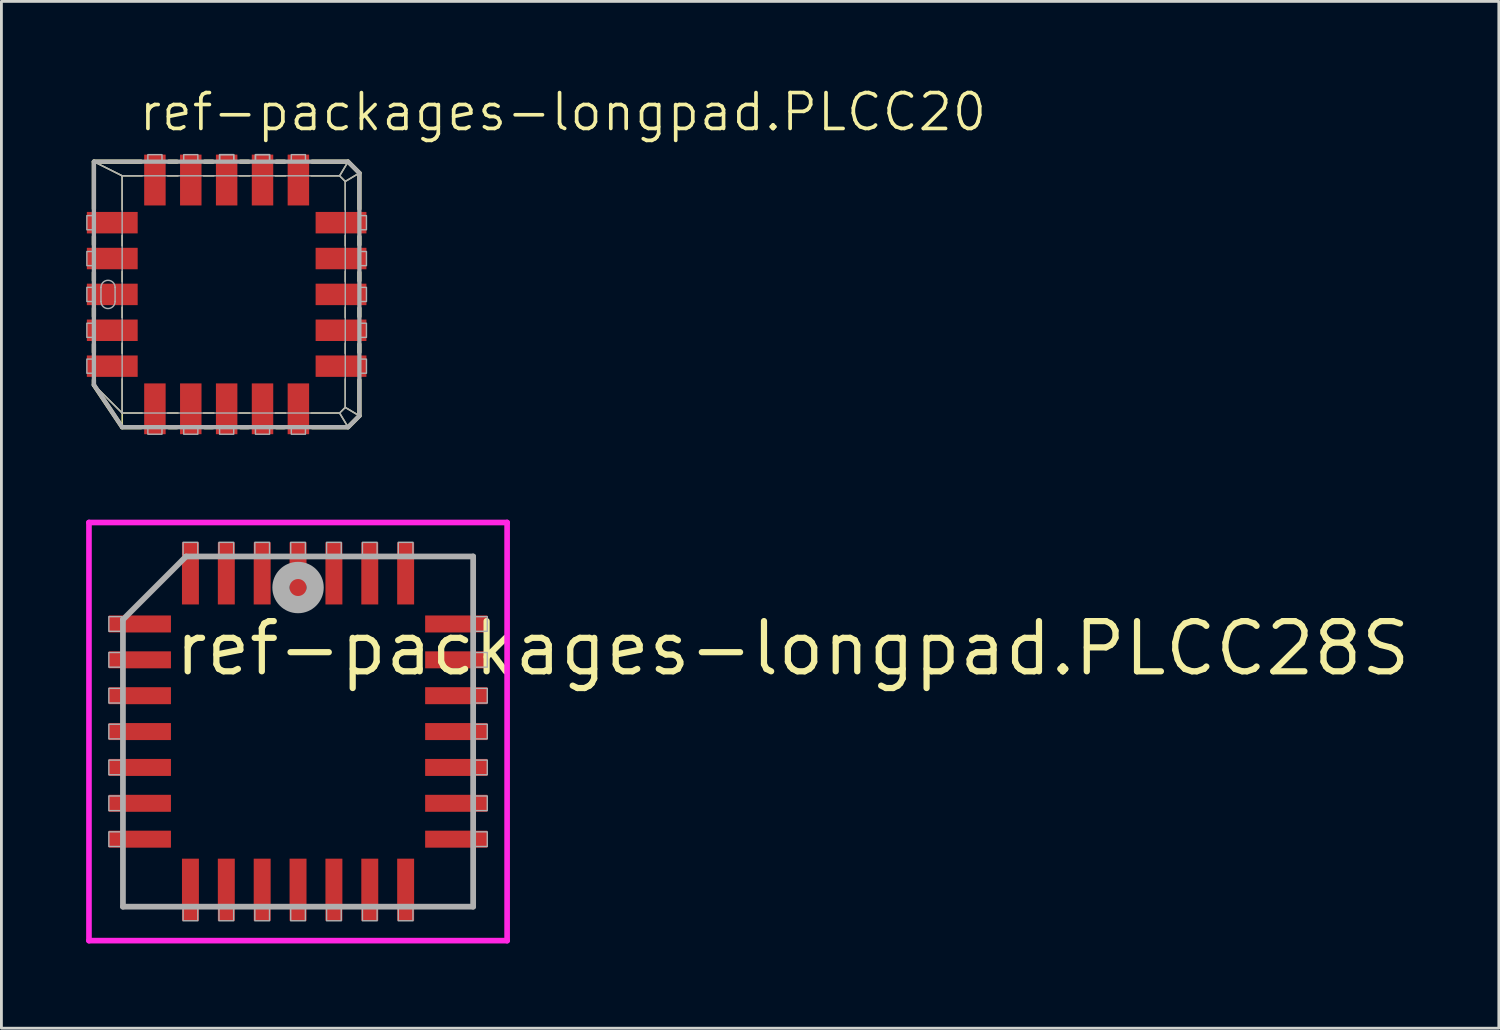
<source format=kicad_pcb>
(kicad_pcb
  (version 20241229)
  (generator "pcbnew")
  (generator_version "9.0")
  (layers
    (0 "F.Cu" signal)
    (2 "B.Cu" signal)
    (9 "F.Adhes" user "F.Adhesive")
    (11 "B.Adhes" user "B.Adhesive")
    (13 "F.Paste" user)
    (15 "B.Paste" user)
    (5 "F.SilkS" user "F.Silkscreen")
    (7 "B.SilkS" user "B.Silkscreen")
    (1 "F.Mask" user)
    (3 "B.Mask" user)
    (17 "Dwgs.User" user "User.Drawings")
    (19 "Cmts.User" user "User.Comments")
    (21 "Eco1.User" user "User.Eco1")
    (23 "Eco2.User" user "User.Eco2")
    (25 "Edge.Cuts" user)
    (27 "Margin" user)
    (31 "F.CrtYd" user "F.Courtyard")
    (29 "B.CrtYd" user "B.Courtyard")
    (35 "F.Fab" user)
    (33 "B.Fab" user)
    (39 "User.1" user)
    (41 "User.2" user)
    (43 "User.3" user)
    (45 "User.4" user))
  (footprint "ref-packages-longpad.PLCC28S"
    (layer "F.Cu")
    (at 7.503 22.853)
    (property "Reference" "ref-packages-longpad.PLCC28S" (at -4.475 -1.905 0) (layer "F.SilkS") (effects (font (size 1.778 1.778) (thickness 0.22)) (justify left bottom)))
    (attr smd)
    (fp_line (start -7.403 -7.403) (end 7.403 -7.403) (stroke (width 0.2) (type default)) (layer "F.CrtYd"))
    (fp_line (start -7.403 7.403) (end -7.403 -7.403) (stroke (width 0.2) (type default)) (layer "F.CrtYd"))
    (fp_line (start 7.403 -7.403) (end 7.403 7.403) (stroke (width 0.2) (type default)) (layer "F.CrtYd"))
    (fp_line (start 7.403 7.403) (end -7.403 7.403) (stroke (width 0.2) (type default)) (layer "F.CrtYd"))
    (fp_line (start -6.2 -3.965) (end -6.2 6.2) (stroke (width 0.203) (type default)) (layer "F.Fab"))
    (fp_line (start -6.2 6.2) (end 6.2 6.2) (stroke (width 0.203) (type default)) (layer "F.Fab"))
    (fp_line (start -3.965 -6.2) (end -6.2 -3.965) (stroke (width 0.203) (type default)) (layer "F.Fab"))
    (fp_line (start 6.2 -6.2) (end -3.965 -6.2) (stroke (width 0.203) (type default)) (layer "F.Fab"))
    (fp_line (start 6.2 6.2) (end 6.2 -6.2) (stroke (width 0.203) (type default)) (layer "F.Fab"))
    (fp_rect (start -6.7 -3.55) (end -6.25 -4.07) (stroke (width 0.05) (type default)) (fill no) (layer "F.Fab"))
    (fp_rect (start -6.7 -2.28) (end -6.25 -2.8) (stroke (width 0.05) (type default)) (fill no) (layer "F.Fab"))
    (fp_rect (start -6.7 -1.01) (end -6.25 -1.53) (stroke (width 0.05) (type default)) (fill no) (layer "F.Fab"))
    (fp_rect (start -6.7 0.26) (end -6.25 -0.26) (stroke (width 0.05) (type default)) (fill no) (layer "F.Fab"))
    (fp_rect (start -6.7 1.53) (end -6.25 1.01) (stroke (width 0.05) (type default)) (fill no) (layer "F.Fab"))
    (fp_rect (start -6.7 2.8) (end -6.25 2.28) (stroke (width 0.05) (type default)) (fill no) (layer "F.Fab"))
    (fp_rect (start -6.7 4.07) (end -6.25 3.55) (stroke (width 0.05) (type default)) (fill no) (layer "F.Fab"))
    (fp_rect (start -4.07 -6.25) (end -3.55 -6.7) (stroke (width 0.05) (type default)) (fill no) (layer "F.Fab"))
    (fp_rect (start -4.07 6.7) (end -3.55 6.25) (stroke (width 0.05) (type default)) (fill no) (layer "F.Fab"))
    (fp_rect (start -2.8 -6.25) (end -2.28 -6.7) (stroke (width 0.05) (type default)) (fill no) (layer "F.Fab"))
    (fp_rect (start -2.8 6.7) (end -2.28 6.25) (stroke (width 0.05) (type default)) (fill no) (layer "F.Fab"))
    (fp_rect (start -1.53 -6.25) (end -1.01 -6.7) (stroke (width 0.05) (type default)) (fill no) (layer "F.Fab"))
    (fp_rect (start -1.53 6.7) (end -1.01 6.25) (stroke (width 0.05) (type default)) (fill no) (layer "F.Fab"))
    (fp_rect (start -0.26 -6.25) (end 0.26 -6.7) (stroke (width 0.05) (type default)) (fill no) (layer "F.Fab"))
    (fp_rect (start -0.26 6.7) (end 0.26 6.25) (stroke (width 0.05) (type default)) (fill no) (layer "F.Fab"))
    (fp_rect (start 1.01 -6.25) (end 1.53 -6.7) (stroke (width 0.05) (type default)) (fill no) (layer "F.Fab"))
    (fp_rect (start 1.01 6.7) (end 1.53 6.25) (stroke (width 0.05) (type default)) (fill no) (layer "F.Fab"))
    (fp_rect (start 2.28 -6.25) (end 2.8 -6.7) (stroke (width 0.05) (type default)) (fill no) (layer "F.Fab"))
    (fp_rect (start 2.28 6.7) (end 2.8 6.25) (stroke (width 0.05) (type default)) (fill no) (layer "F.Fab"))
    (fp_rect (start 3.55 -6.25) (end 4.07 -6.7) (stroke (width 0.05) (type default)) (fill no) (layer "F.Fab"))
    (fp_rect (start 3.55 6.7) (end 4.07 6.25) (stroke (width 0.05) (type default)) (fill no) (layer "F.Fab"))
    (fp_rect (start 6.25 -3.55) (end 6.7 -4.07) (stroke (width 0.05) (type default)) (fill no) (layer "F.Fab"))
    (fp_rect (start 6.25 -2.28) (end 6.7 -2.8) (stroke (width 0.05) (type default)) (fill no) (layer "F.Fab"))
    (fp_rect (start 6.25 -1.01) (end 6.7 -1.53) (stroke (width 0.05) (type default)) (fill no) (layer "F.Fab"))
    (fp_rect (start 6.25 0.26) (end 6.7 -0.26) (stroke (width 0.05) (type default)) (fill no) (layer "F.Fab"))
    (fp_rect (start 6.25 1.53) (end 6.7 1.01) (stroke (width 0.05) (type default)) (fill no) (layer "F.Fab"))
    (fp_rect (start 6.25 2.8) (end 6.7 2.28) (stroke (width 0.05) (type default)) (fill no) (layer "F.Fab"))
    (fp_rect (start 6.25 4.07) (end 6.7 3.55) (stroke (width 0.05) (type default)) (fill no) (layer "F.Fab"))
    (fp_circle (center 0 -5.1) (end 0.3 -5.1) (stroke (width 0.61) (type default)) (fill no) (layer "F.Fab"))
    (pad "1" smd roundrect (at 0 -5.6) (size 0.6 2.2) (layers "F.Cu" "F.Mask" "F.Paste") (roundrect_rratio 0.01))
    (pad "2" smd roundrect (at -1.27 -5.6) (size 0.6 2.2) (layers "F.Cu" "F.Mask" "F.Paste") (roundrect_rratio 0.01))
    (pad "3" smd roundrect (at -2.54 -5.6) (size 0.6 2.2) (layers "F.Cu" "F.Mask" "F.Paste") (roundrect_rratio 0.01))
    (pad "4" smd roundrect (at -3.81 -5.6) (size 0.6 2.2) (layers "F.Cu" "F.Mask" "F.Paste") (roundrect_rratio 0.01))
    (pad "5" smd roundrect (at -5.6 -3.81) (size 2.2 0.6) (layers "F.Cu" "F.Mask" "F.Paste") (roundrect_rratio 0.01))
    (pad "6" smd roundrect (at -5.6 -2.54) (size 2.2 0.6) (layers "F.Cu" "F.Mask" "F.Paste") (roundrect_rratio 0.01))
    (pad "7" smd roundrect (at -5.6 -1.27) (size 2.2 0.6) (layers "F.Cu" "F.Mask" "F.Paste") (roundrect_rratio 0.01))
    (pad "8" smd roundrect (at -5.6 0) (size 2.2 0.6) (layers "F.Cu" "F.Mask" "F.Paste") (roundrect_rratio 0.01))
    (pad "9" smd roundrect (at -5.6 1.27) (size 2.2 0.6) (layers "F.Cu" "F.Mask" "F.Paste") (roundrect_rratio 0.01))
    (pad "10" smd roundrect (at -5.6 2.54) (size 2.2 0.6) (layers "F.Cu" "F.Mask" "F.Paste") (roundrect_rratio 0.01))
    (pad "11" smd roundrect (at -5.6 3.81) (size 2.2 0.6) (layers "F.Cu" "F.Mask" "F.Paste") (roundrect_rratio 0.01))
    (pad "12" smd roundrect (at -3.81 5.6) (size 0.6 2.2) (layers "F.Cu" "F.Mask" "F.Paste") (roundrect_rratio 0.01))
    (pad "13" smd roundrect (at -2.54 5.6) (size 0.6 2.2) (layers "F.Cu" "F.Mask" "F.Paste") (roundrect_rratio 0.01))
    (pad "14" smd roundrect (at -1.27 5.6) (size 0.6 2.2) (layers "F.Cu" "F.Mask" "F.Paste") (roundrect_rratio 0.01))
    (pad "15" smd roundrect (at 0 5.6) (size 0.6 2.2) (layers "F.Cu" "F.Mask" "F.Paste") (roundrect_rratio 0.01))
    (pad "16" smd roundrect (at 1.27 5.6) (size 0.6 2.2) (layers "F.Cu" "F.Mask" "F.Paste") (roundrect_rratio 0.01))
    (pad "17" smd roundrect (at 2.54 5.6) (size 0.6 2.2) (layers "F.Cu" "F.Mask" "F.Paste") (roundrect_rratio 0.01))
    (pad "18" smd roundrect (at 3.81 5.6) (size 0.6 2.2) (layers "F.Cu" "F.Mask" "F.Paste") (roundrect_rratio 0.01))
    (pad "19" smd roundrect (at 5.6 3.81) (size 2.2 0.6) (layers "F.Cu" "F.Mask" "F.Paste") (roundrect_rratio 0.01))
    (pad "20" smd roundrect (at 5.6 2.54) (size 2.2 0.6) (layers "F.Cu" "F.Mask" "F.Paste") (roundrect_rratio 0.01))
    (pad "21" smd roundrect (at 5.6 1.27) (size 2.2 0.6) (layers "F.Cu" "F.Mask" "F.Paste") (roundrect_rratio 0.01))
    (pad "22" smd roundrect (at 5.6 0) (size 2.2 0.6) (layers "F.Cu" "F.Mask" "F.Paste") (roundrect_rratio 0.01))
    (pad "23" smd roundrect (at 5.6 -1.27) (size 2.2 0.6) (layers "F.Cu" "F.Mask" "F.Paste") (roundrect_rratio 0.01))
    (pad "24" smd roundrect (at 5.6 -2.54) (size 2.2 0.6) (layers "F.Cu" "F.Mask" "F.Paste") (roundrect_rratio 0.01))
    (pad "25" smd roundrect (at 5.6 -3.81) (size 2.2 0.6) (layers "F.Cu" "F.Mask" "F.Paste") (roundrect_rratio 0.01))
    (pad "26" smd roundrect (at 3.81 -5.6) (size 0.6 2.2) (layers "F.Cu" "F.Mask" "F.Paste") (roundrect_rratio 0.01))
    (pad "27" smd roundrect (at 2.54 -5.6) (size 0.6 2.2) (layers "F.Cu" "F.Mask" "F.Paste") (roundrect_rratio 0.01))
    (pad "28" smd roundrect (at 1.27 -5.6) (size 0.6 2.2) (layers "F.Cu" "F.Mask" "F.Paste") (roundrect_rratio 0.01)))
  (footprint "ref-packages-longpad.PLCC20"
    (layer "F.Cu")
    (at 4.975 7.375)
    (property "Reference" "ref-packages-longpad.PLCC20" (at -3.175 -5.715 0) (layer "F.SilkS") (effects (font (size 1.27 1.27) (thickness 0.13)) (justify left bottom)))
    (attr smd)
    (fp_line (start -4.7 -4.7) (end -3.7 -4.2) (stroke (width 0.051) (type default)) (layer "F.SilkS"))
    (fp_line (start -4.7 -4.7) (end -3.031 -4.7) (stroke (width 0.152) (type default)) (layer "F.SilkS"))
    (fp_line (start -4.7 -3.031) (end -4.7 -4.7) (stroke (width 0.152) (type default)) (layer "F.SilkS"))
    (fp_line (start -4.7 -1.761) (end -4.7 -2.049) (stroke (width 0.152) (type default)) (layer "F.SilkS"))
    (fp_line (start -4.7 -0.491) (end -4.7 -0.779) (stroke (width 0.152) (type default)) (layer "F.SilkS"))
    (fp_line (start -4.7 0.779) (end -4.7 0.491) (stroke (width 0.152) (type default)) (layer "F.SilkS"))
    (fp_line (start -4.7 2.049) (end -4.7 1.761) (stroke (width 0.152) (type default)) (layer "F.SilkS"))
    (fp_line (start -4.7 3.21) (end -4.7 3.031) (stroke (width 0.152) (type default)) (layer "F.SilkS"))
    (fp_line (start -3.7 -4.2) (end -2.991 -4.2) (stroke (width 0.051) (type default)) (layer "F.SilkS"))
    (fp_line (start -3.7 -2.991) (end -3.7 -4.2) (stroke (width 0.051) (type default)) (layer "F.SilkS"))
    (fp_line (start -3.7 -1.721) (end -3.7 -2.089) (stroke (width 0.051) (type default)) (layer "F.SilkS"))
    (fp_line (start -3.7 -0.451) (end -3.7 -0.819) (stroke (width 0.051) (type default)) (layer "F.SilkS"))
    (fp_line (start -3.7 0.819) (end -3.7 0.451) (stroke (width 0.051) (type default)) (layer "F.SilkS"))
    (fp_line (start -3.7 2.089) (end -3.7 1.721) (stroke (width 0.051) (type default)) (layer "F.SilkS"))
    (fp_line (start -3.7 4.2) (end -4.69 3.21) (stroke (width 0.051) (type default)) (layer "F.SilkS"))
    (fp_line (start -3.7 4.2) (end -3.7 2.991) (stroke (width 0.051) (type default)) (layer "F.SilkS"))
    (fp_line (start -3.7 4.2) (end -3.7 4.69) (stroke (width 0.051) (type default)) (layer "F.SilkS"))
    (fp_line (start -3.7 4.7) (end -4.7 3.21) (stroke (width 0.152) (type default)) (layer "F.SilkS"))
    (fp_line (start -3.031 4.7) (end -3.7 4.7) (stroke (width 0.152) (type default)) (layer "F.SilkS"))
    (fp_line (start -2.991 4.2) (end -3.7 4.2) (stroke (width 0.051) (type default)) (layer "F.SilkS"))
    (fp_line (start -2.089 -4.2) (end -1.721 -4.2) (stroke (width 0.051) (type default)) (layer "F.SilkS"))
    (fp_line (start -2.049 -4.7) (end -1.761 -4.7) (stroke (width 0.152) (type default)) (layer "F.SilkS"))
    (fp_line (start -1.761 4.7) (end -2.049 4.7) (stroke (width 0.152) (type default)) (layer "F.SilkS"))
    (fp_line (start -1.721 4.2) (end -2.089 4.2) (stroke (width 0.051) (type default)) (layer "F.SilkS"))
    (fp_line (start -0.819 -4.2) (end -0.451 -4.2) (stroke (width 0.051) (type default)) (layer "F.SilkS"))
    (fp_line (start -0.779 -4.7) (end -0.491 -4.7) (stroke (width 0.152) (type default)) (layer "F.SilkS"))
    (fp_line (start -0.491 4.7) (end -0.779 4.7) (stroke (width 0.152) (type default)) (layer "F.SilkS"))
    (fp_line (start -0.451 4.2) (end -0.819 4.2) (stroke (width 0.051) (type default)) (layer "F.SilkS"))
    (fp_line (start 0.451 -4.2) (end 0.819 -4.2) (stroke (width 0.051) (type default)) (layer "F.SilkS"))
    (fp_line (start 0.491 -4.7) (end 0.779 -4.7) (stroke (width 0.152) (type default)) (layer "F.SilkS"))
    (fp_line (start 0.779 4.7) (end 0.491 4.7) (stroke (width 0.152) (type default)) (layer "F.SilkS"))
    (fp_line (start 0.819 4.2) (end 0.451 4.2) (stroke (width 0.051) (type default)) (layer "F.SilkS"))
    (fp_line (start 1.721 -4.2) (end 2.089 -4.2) (stroke (width 0.051) (type default)) (layer "F.SilkS"))
    (fp_line (start 1.761 -4.7) (end 2.049 -4.7) (stroke (width 0.152) (type default)) (layer "F.SilkS"))
    (fp_line (start 2.049 4.7) (end 1.761 4.7) (stroke (width 0.152) (type default)) (layer "F.SilkS"))
    (fp_line (start 2.089 4.2) (end 1.721 4.2) (stroke (width 0.051) (type default)) (layer "F.SilkS"))
    (fp_line (start 2.991 -4.2) (end 4 -4.2) (stroke (width 0.051) (type default)) (layer "F.SilkS"))
    (fp_line (start 3.031 -4.7) (end 4.3 -4.7) (stroke (width 0.152) (type default)) (layer "F.SilkS"))
    (fp_line (start 4 -4.2) (end 4.2 -4) (stroke (width 0.051) (type default)) (layer "F.SilkS"))
    (fp_line (start 4 4.2) (end 2.991 4.2) (stroke (width 0.051) (type default)) (layer "F.SilkS"))
    (fp_line (start 4 4.2) (end 4.3 4.7) (stroke (width 0.051) (type default)) (layer "F.SilkS"))
    (fp_line (start 4.2 -4) (end 4.2 -2.991) (stroke (width 0.051) (type default)) (layer "F.SilkS"))
    (fp_line (start 4.2 -4) (end 4.7 -4.3) (stroke (width 0.051) (type default)) (layer "F.SilkS"))
    (fp_line (start 4.2 -2.089) (end 4.2 -1.721) (stroke (width 0.051) (type default)) (layer "F.SilkS"))
    (fp_line (start 4.2 -0.819) (end 4.2 -0.451) (stroke (width 0.051) (type default)) (layer "F.SilkS"))
    (fp_line (start 4.2 0.451) (end 4.2 0.819) (stroke (width 0.051) (type default)) (layer "F.SilkS"))
    (fp_line (start 4.2 1.721) (end 4.2 2.089) (stroke (width 0.051) (type default)) (layer "F.SilkS"))
    (fp_line (start 4.2 2.991) (end 4.2 4) (stroke (width 0.051) (type default)) (layer "F.SilkS"))
    (fp_line (start 4.2 4) (end 4 4.2) (stroke (width 0.051) (type default)) (layer "F.SilkS"))
    (fp_line (start 4.2 4) (end 4.7 4.3) (stroke (width 0.051) (type default)) (layer "F.SilkS"))
    (fp_line (start 4.3 -4.7) (end 4 -4.2) (stroke (width 0.051) (type default)) (layer "F.SilkS"))
    (fp_line (start 4.3 -4.7) (end 4.7 -4.3) (stroke (width 0.152) (type default)) (layer "F.SilkS"))
    (fp_line (start 4.3 4.7) (end 3.031 4.7) (stroke (width 0.152) (type default)) (layer "F.SilkS"))
    (fp_line (start 4.7 -4.3) (end 4.7 -3.031) (stroke (width 0.152) (type default)) (layer "F.SilkS"))
    (fp_line (start 4.7 -2.049) (end 4.7 -1.761) (stroke (width 0.152) (type default)) (layer "F.SilkS"))
    (fp_line (start 4.7 -0.779) (end 4.7 -0.491) (stroke (width 0.152) (type default)) (layer "F.SilkS"))
    (fp_line (start 4.7 0.491) (end 4.7 0.779) (stroke (width 0.152) (type default)) (layer "F.SilkS"))
    (fp_line (start 4.7 1.761) (end 4.7 2.049) (stroke (width 0.152) (type default)) (layer "F.SilkS"))
    (fp_line (start 4.7 3.031) (end 4.7 4.3) (stroke (width 0.152) (type default)) (layer "F.SilkS"))
    (fp_line (start 4.7 4.3) (end 4.3 4.7) (stroke (width 0.152) (type default)) (layer "F.SilkS"))
    (fp_line (start -4.7 -4.7) (end -3.7 -4.2) (stroke (width 0.051) (type default)) (layer "F.Fab"))
    (fp_line (start -4.7 -4.7) (end 4.3 -4.7) (stroke (width 0.152) (type default)) (layer "F.Fab"))
    (fp_line (start -4.7 3.2) (end -4.7 -4.7) (stroke (width 0.152) (type default)) (layer "F.Fab"))
    (fp_line (start -4.7 3.2) (end -3.7 4.2) (stroke (width 0.051) (type default)) (layer "F.Fab"))
    (fp_line (start -4.45 -0.25) (end -4.45 0.25) (stroke (width 0.051) (type default)) (layer "F.Fab"))
    (fp_line (start -3.95 -0.25) (end -3.95 0.25) (stroke (width 0.051) (type default)) (layer "F.Fab"))
    (fp_line (start -3.7 -4.2) (end 4 -4.2) (stroke (width 0.051) (type default)) (layer "F.Fab"))
    (fp_line (start -3.7 4.2) (end -3.7 -4.2) (stroke (width 0.051) (type default)) (layer "F.Fab"))
    (fp_line (start -3.7 4.7) (end -4.7 3.2) (stroke (width 0.152) (type default)) (layer "F.Fab"))
    (fp_line (start 4 -4.2) (end 4.2 -4) (stroke (width 0.051) (type default)) (layer "F.Fab"))
    (fp_line (start 4 4.2) (end -3.7 4.2) (stroke (width 0.051) (type default)) (layer "F.Fab"))
    (fp_line (start 4 4.2) (end 4.3 4.7) (stroke (width 0.051) (type default)) (layer "F.Fab"))
    (fp_line (start 4.2 -4) (end 4.2 4) (stroke (width 0.051) (type default)) (layer "F.Fab"))
    (fp_line (start 4.2 -4) (end 4.7 -4.3) (stroke (width 0.051) (type default)) (layer "F.Fab"))
    (fp_line (start 4.2 4) (end 4 4.2) (stroke (width 0.051) (type default)) (layer "F.Fab"))
    (fp_line (start 4.2 4) (end 4.7 4.3) (stroke (width 0.051) (type default)) (layer "F.Fab"))
    (fp_line (start 4.3 -4.7) (end 4 -4.2) (stroke (width 0.051) (type default)) (layer "F.Fab"))
    (fp_line (start 4.3 -4.7) (end 4.7 -4.3) (stroke (width 0.152) (type default)) (layer "F.Fab"))
    (fp_line (start 4.3 4.7) (end -3.7 4.7) (stroke (width 0.152) (type default)) (layer "F.Fab"))
    (fp_line (start 4.7 -4.3) (end 4.7 4.3) (stroke (width 0.152) (type default)) (layer "F.Fab"))
    (fp_line (start 4.7 4.3) (end 4.3 4.7) (stroke (width 0.152) (type default)) (layer "F.Fab"))
    (fp_rect (start -4.95 -2.29) (end -4.7 -2.79) (stroke (width 0.05) (type default)) (fill no) (layer "F.Fab"))
    (fp_rect (start -4.95 -1.02) (end -4.7 -1.52) (stroke (width 0.05) (type default)) (fill no) (layer "F.Fab"))
    (fp_rect (start -4.95 0.25) (end -4.7 -0.25) (stroke (width 0.05) (type default)) (fill no) (layer "F.Fab"))
    (fp_rect (start -4.95 1.52) (end -4.7 1.02) (stroke (width 0.05) (type default)) (fill no) (layer "F.Fab"))
    (fp_rect (start -4.95 2.79) (end -4.7 2.29) (stroke (width 0.05) (type default)) (fill no) (layer "F.Fab"))
    (fp_rect (start -2.79 -4.7) (end -2.29 -4.95) (stroke (width 0.05) (type default)) (fill no) (layer "F.Fab"))
    (fp_rect (start -2.79 4.95) (end -2.29 4.7) (stroke (width 0.05) (type default)) (fill no) (layer "F.Fab"))
    (fp_rect (start -1.52 -4.7) (end -1.02 -4.95) (stroke (width 0.05) (type default)) (fill no) (layer "F.Fab"))
    (fp_rect (start -1.52 4.95) (end -1.02 4.7) (stroke (width 0.05) (type default)) (fill no) (layer "F.Fab"))
    (fp_rect (start -0.25 -4.7) (end 0.25 -4.95) (stroke (width 0.05) (type default)) (fill no) (layer "F.Fab"))
    (fp_rect (start -0.25 -4.7) (end 0.25 -4.95) (stroke (width 0.05) (type default)) (fill no) (layer "F.Fab"))
    (fp_rect (start -0.25 4.95) (end 0.25 4.7) (stroke (width 0.05) (type default)) (fill no) (layer "F.Fab"))
    (fp_rect (start 1.02 -4.7) (end 1.52 -4.95) (stroke (width 0.05) (type default)) (fill no) (layer "F.Fab"))
    (fp_rect (start 1.02 -4.7) (end 1.52 -4.95) (stroke (width 0.05) (type default)) (fill no) (layer "F.Fab"))
    (fp_rect (start 1.02 4.95) (end 1.52 4.7) (stroke (width 0.05) (type default)) (fill no) (layer "F.Fab"))
    (fp_rect (start 2.29 -4.7) (end 2.79 -4.95) (stroke (width 0.05) (type default)) (fill no) (layer "F.Fab"))
    (fp_rect (start 2.29 4.95) (end 2.79 4.7) (stroke (width 0.05) (type default)) (fill no) (layer "F.Fab"))
    (fp_rect (start 4.7 -2.29) (end 4.95 -2.79) (stroke (width 0.05) (type default)) (fill no) (layer "F.Fab"))
    (fp_rect (start 4.7 -1.02) (end 4.95 -1.52) (stroke (width 0.05) (type default)) (fill no) (layer "F.Fab"))
    (fp_rect (start 4.7 0.25) (end 4.95 -0.25) (stroke (width 0.05) (type default)) (fill no) (layer "F.Fab"))
    (fp_rect (start 4.7 1.52) (end 4.95 1.02) (stroke (width 0.05) (type default)) (fill no) (layer "F.Fab"))
    (fp_rect (start 4.7 2.79) (end 4.95 2.29) (stroke (width 0.05) (type default)) (fill no) (layer "F.Fab"))
    (fp_arc (start -4.45 -0.25) (mid -4.2 -0.5) (end -3.95 -0.25) (stroke (width 0.0508) (type default)) (layer "F.Fab"))
    (fp_arc (start -3.95 0.25) (mid -4.2 0.5) (end -4.45 0.25) (stroke (width 0.0508) (type default)) (layer "F.Fab"))
    (pad "1" smd roundrect (at -4.05 0) (size 1.8 0.76) (layers "F.Cu" "F.Mask" "F.Paste") (roundrect_rratio 0.01))
    (pad "2" smd roundrect (at -4.05 1.27) (size 1.8 0.76) (layers "F.Cu" "F.Mask" "F.Paste") (roundrect_rratio 0.01))
    (pad "3" smd roundrect (at -4.05 2.54) (size 1.8 0.76) (layers "F.Cu" "F.Mask" "F.Paste") (roundrect_rratio 0.01))
    (pad "4" smd roundrect (at -2.54 4.05) (size 0.76 1.8) (layers "F.Cu" "F.Mask" "F.Paste") (roundrect_rratio 0.01))
    (pad "5" smd roundrect (at -1.27 4.05) (size 0.76 1.8) (layers "F.Cu" "F.Mask" "F.Paste") (roundrect_rratio 0.01))
    (pad "6" smd roundrect (at 0 4.05) (size 0.76 1.8) (layers "F.Cu" "F.Mask" "F.Paste") (roundrect_rratio 0.01))
    (pad "7" smd roundrect (at 1.27 4.05) (size 0.76 1.8) (layers "F.Cu" "F.Mask" "F.Paste") (roundrect_rratio 0.01))
    (pad "8" smd roundrect (at 2.54 4.05) (size 0.76 1.8) (layers "F.Cu" "F.Mask" "F.Paste") (roundrect_rratio 0.01))
    (pad "9" smd roundrect (at 4.05 2.54) (size 1.8 0.76) (layers "F.Cu" "F.Mask" "F.Paste") (roundrect_rratio 0.01))
    (pad "10" smd roundrect (at 4.05 1.27) (size 1.8 0.76) (layers "F.Cu" "F.Mask" "F.Paste") (roundrect_rratio 0.01))
    (pad "11" smd roundrect (at 4.05 0) (size 1.8 0.76) (layers "F.Cu" "F.Mask" "F.Paste") (roundrect_rratio 0.01))
    (pad "12" smd roundrect (at 4.05 -1.27) (size 1.8 0.76) (layers "F.Cu" "F.Mask" "F.Paste") (roundrect_rratio 0.01))
    (pad "13" smd roundrect (at 4.05 -2.54) (size 1.8 0.76) (layers "F.Cu" "F.Mask" "F.Paste") (roundrect_rratio 0.01))
    (pad "14" smd roundrect (at 2.54 -4.05) (size 0.76 1.8) (layers "F.Cu" "F.Mask" "F.Paste") (roundrect_rratio 0.01))
    (pad "15" smd roundrect (at 1.27 -4.05) (size 0.76 1.8) (layers "F.Cu" "F.Mask" "F.Paste") (roundrect_rratio 0.01))
    (pad "16" smd roundrect (at 0 -4.05) (size 0.76 1.8) (layers "F.Cu" "F.Mask" "F.Paste") (roundrect_rratio 0.01))
    (pad "17" smd roundrect (at -1.27 -4.05) (size 0.76 1.8) (layers "F.Cu" "F.Mask" "F.Paste") (roundrect_rratio 0.01))
    (pad "18" smd roundrect (at -2.54 -4.05) (size 0.76 1.8) (layers "F.Cu" "F.Mask" "F.Paste") (roundrect_rratio 0.01))
    (pad "19" smd roundrect (at -4.05 -2.54) (size 1.8 0.76) (layers "F.Cu" "F.Mask" "F.Paste") (roundrect_rratio 0.01))
    (pad "20" smd roundrect (at -4.05 -1.27) (size 1.8 0.76) (layers "F.Cu" "F.Mask" "F.Paste") (roundrect_rratio 0.01)))
  (gr_rect
    (start -3 -3)
    (end 50.02 33.356)
    (stroke (width 0.1) (type default))
    (fill no)
    (layer "Edge.Cuts")))
</source>
